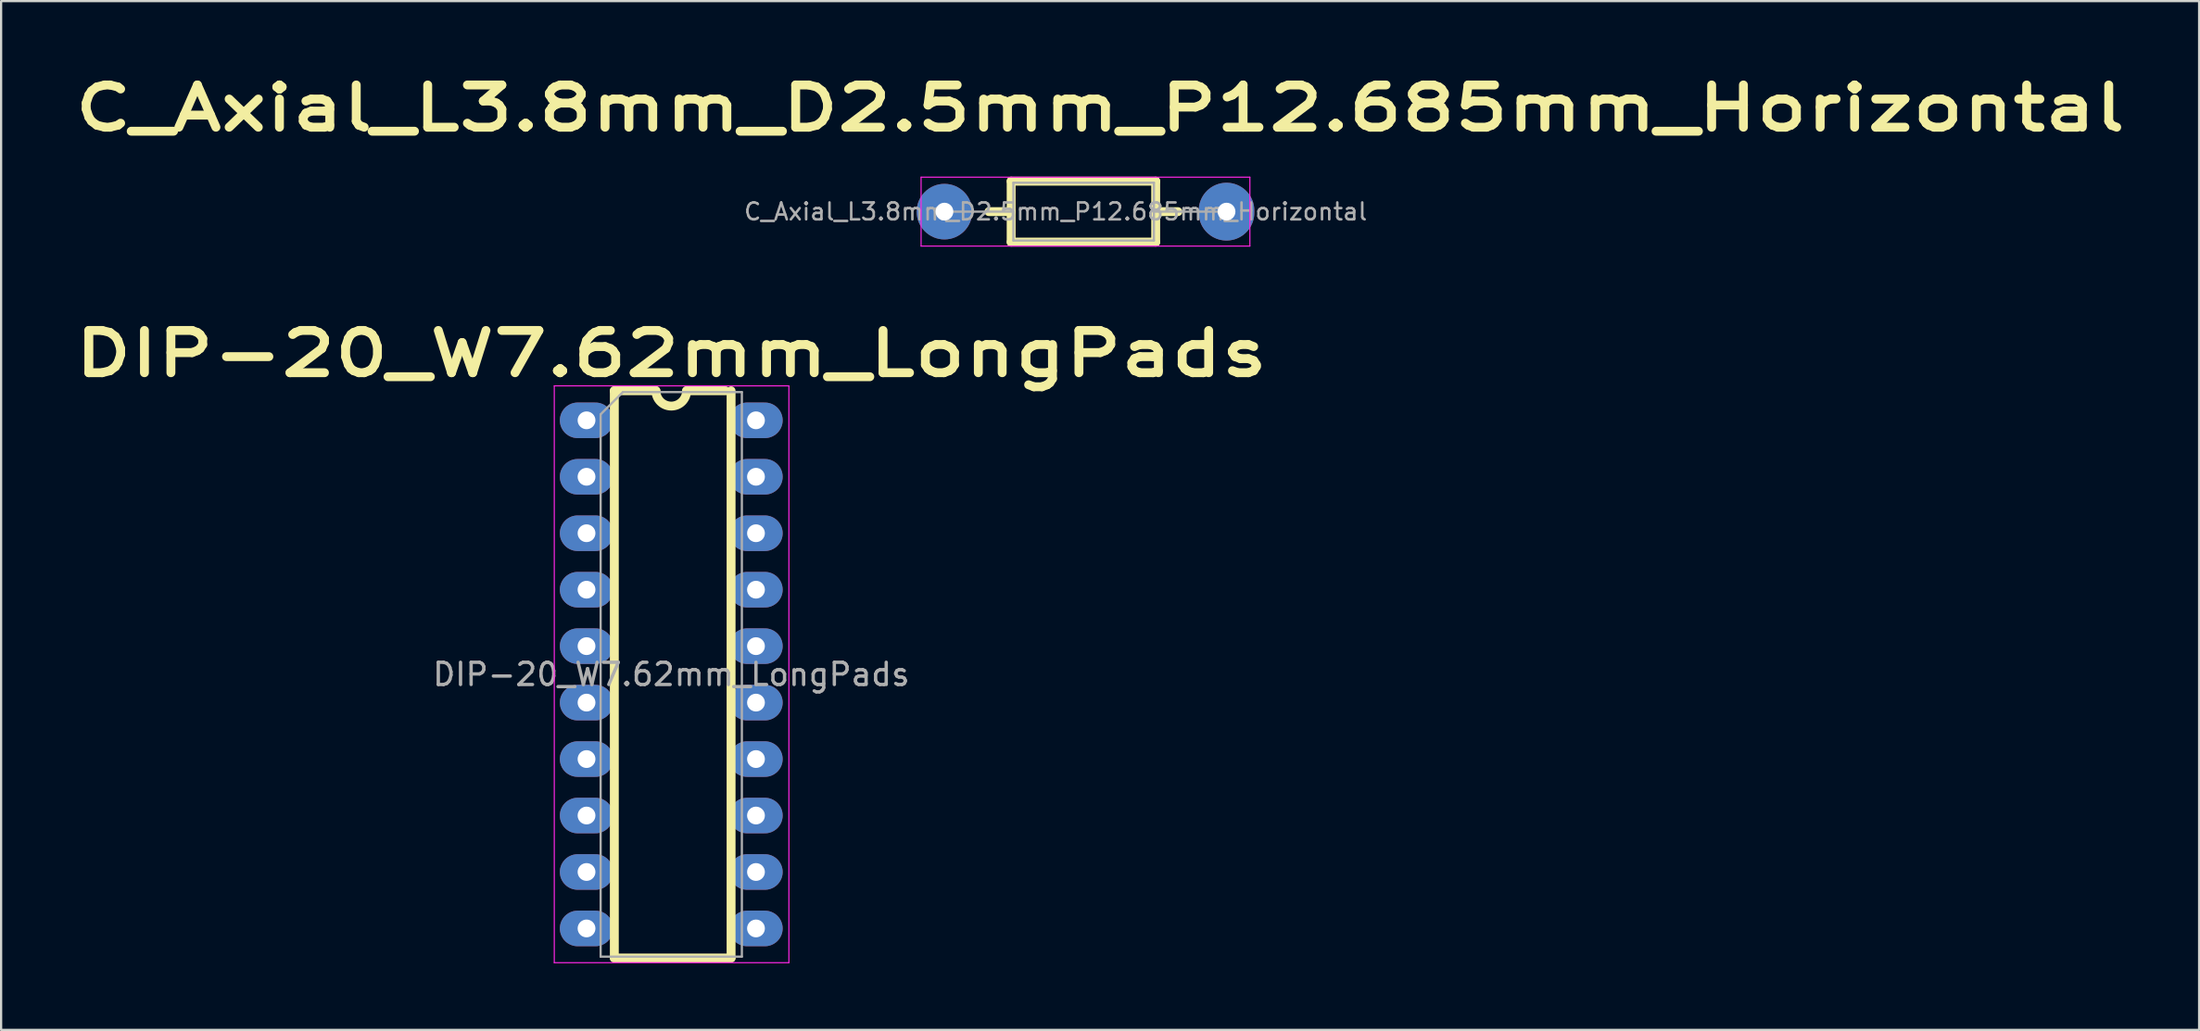
<source format=kicad_pcb>
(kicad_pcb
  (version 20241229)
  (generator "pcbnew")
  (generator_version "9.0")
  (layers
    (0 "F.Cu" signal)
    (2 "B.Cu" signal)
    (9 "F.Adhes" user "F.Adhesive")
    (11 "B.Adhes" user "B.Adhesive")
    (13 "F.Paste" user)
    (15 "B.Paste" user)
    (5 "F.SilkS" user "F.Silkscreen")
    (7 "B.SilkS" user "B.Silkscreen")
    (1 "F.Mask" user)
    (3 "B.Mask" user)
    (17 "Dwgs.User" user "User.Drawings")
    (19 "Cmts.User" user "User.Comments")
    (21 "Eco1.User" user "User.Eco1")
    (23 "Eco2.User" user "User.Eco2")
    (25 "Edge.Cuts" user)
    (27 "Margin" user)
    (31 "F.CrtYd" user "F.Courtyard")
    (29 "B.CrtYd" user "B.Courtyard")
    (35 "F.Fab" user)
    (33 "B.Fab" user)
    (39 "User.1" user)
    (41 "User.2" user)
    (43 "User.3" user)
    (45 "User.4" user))
  (footprint "C_Axial_L3.8mm_D2.5mm_P12.685mm_Horizontal"
    (layer "F.Cu")
    (at 39.421 6.471)
    (property "Reference" "C_Axial_L3.8mm_D2.5mm_P12.685mm_Horizontal" (at 7.001 -4.657 0) (layer "F.SilkS") (effects (font (size 1.9 2.5) (thickness 0.4) (bold yes))))
    (attr through_hole)
    (fp_line (start 2 0) (end 3 0) (stroke (width 0.4) (type solid)) (layer "F.SilkS"))
    (fp_line (start 3 -1.37) (end 3 1.37) (stroke (width 0.4) (type solid)) (layer "F.SilkS"))
    (fp_line (start 3 1.37) (end 9.5 1.37) (stroke (width 0.4) (type solid)) (layer "F.SilkS"))
    (fp_line (start 9.5 -1.37) (end 3 -1.37) (stroke (width 0.4) (type solid)) (layer "F.SilkS"))
    (fp_line (start 9.5 0) (end 10.5 0) (stroke (width 0.4) (type solid)) (layer "F.SilkS"))
    (fp_line (start 9.5 1.37) (end 9.5 -1.37) (stroke (width 0.4) (type solid)) (layer "F.SilkS"))
    (fp_line (start -1.05 -1.55) (end -1.05 1.55) (stroke (width 0.05) (type solid)) (layer "F.CrtYd"))
    (fp_line (start -1.05 1.55) (end 13.735 1.55) (stroke (width 0.05) (type solid)) (layer "F.CrtYd"))
    (fp_line (start 13.735 -1.55) (end -1.05 -1.55) (stroke (width 0.05) (type solid)) (layer "F.CrtYd"))
    (fp_line (start 13.735 1.55) (end 13.735 -1.55) (stroke (width 0.05) (type solid)) (layer "F.CrtYd"))
    (fp_line (start 0 0) (end 3.1 0) (stroke (width 0.1) (type solid)) (layer "F.Fab"))
    (fp_line (start 3.1 -1.3) (end 3.1 1.3) (stroke (width 0.1) (type solid)) (layer "F.Fab"))
    (fp_line (start 3.1 1.3) (end 9.421 1.3) (stroke (width 0.1) (type solid)) (layer "F.Fab"))
    (fp_line (start 9.421 -1.3) (end 3.1 -1.3) (stroke (width 0.1) (type solid)) (layer "F.Fab"))
    (fp_line (start 9.421 1.3) (end 9.421 -1.3) (stroke (width 0.1) (type solid)) (layer "F.Fab"))
    (fp_line (start 12.521 0) (end 9.421 0) (stroke (width 0.1) (type solid)) (layer "F.Fab"))
    (fp_text user "${REFERENCE}" (at 5 0 0) (layer "F.Fab") (effects (font (size 0.76 0.76) (thickness 0.114))))
    (pad "1" thru_hole circle (at 0 0) (size 2.5 2.5) (drill 0.8) (layers "*.Cu" "*.Mask"))
    (pad "2" thru_hole oval (at 12.685 0) (size 2.5 2.6) (drill 0.8) (layers "*.Cu" "*.Mask")))
  (footprint "DIP-20_W7.62mm_LongPads"
    (layer "F.Cu")
    (at 23.326 15.859)
    (property "Reference" "DIP-20_W7.62mm_LongPads" (at 3.81 -3 0) (layer "F.SilkS") (effects (font (size 1.9 2.5) (thickness 0.4) (bold yes))))
    (attr through_hole)
    (fp_line (start 1.25 -1.33) (end 1.25 24.19) (stroke (width 0.4) (type solid)) (layer "F.SilkS"))
    (fp_line (start 1.25 24.19) (end 6.5 24.19) (stroke (width 0.4) (type solid)) (layer "F.SilkS"))
    (fp_line (start 3.12 -1.33) (end 1.25 -1.33) (stroke (width 0.4) (type solid)) (layer "F.SilkS"))
    (fp_line (start 6.25 -1.33) (end 4.5 -1.33) (stroke (width 0.4) (type solid)) (layer "F.SilkS"))
    (fp_line (start 6.5 24.19) (end 6.5 -1.33) (stroke (width 0.4) (type solid)) (layer "F.SilkS"))
    (fp_arc (start 4.5 -1.33) (mid 3.81 -0.64) (end 3.12 -1.33) (stroke (width 0.4) (type solid)) (layer "F.SilkS"))
    (fp_line (start -1.45 -1.55) (end -1.45 24.4) (stroke (width 0.05) (type solid)) (layer "F.CrtYd"))
    (fp_line (start -1.45 24.4) (end 9.1 24.4) (stroke (width 0.05) (type solid)) (layer "F.CrtYd"))
    (fp_line (start 9.1 -1.55) (end -1.45 -1.55) (stroke (width 0.05) (type solid)) (layer "F.CrtYd"))
    (fp_line (start 9.1 24.4) (end 9.1 -1.55) (stroke (width 0.05) (type solid)) (layer "F.CrtYd"))
    (fp_line (start 0.635 -0.27) (end 1.635 -1.27) (stroke (width 0.1) (type solid)) (layer "F.Fab"))
    (fp_line (start 0.635 24.13) (end 0.635 -0.27) (stroke (width 0.1) (type solid)) (layer "F.Fab"))
    (fp_line (start 1.635 -1.27) (end 6.985 -1.27) (stroke (width 0.1) (type solid)) (layer "F.Fab"))
    (fp_line (start 6.985 -1.27) (end 6.985 24.13) (stroke (width 0.1) (type solid)) (layer "F.Fab"))
    (fp_line (start 6.985 24.13) (end 0.635 24.13) (stroke (width 0.1) (type solid)) (layer "F.Fab"))
    (fp_text user "${REFERENCE}" (at 3.81 11.43 0) (layer "F.Fab") (effects (font (size 1 1) (thickness 0.15))))
    (pad "1" thru_hole oval (at 0 0) (size 2.4 1.6) (drill 0.8) (layers "*.Cu" "*.Mask"))
    (pad "2" thru_hole oval (at 0 2.54) (size 2.4 1.6) (drill 0.8) (layers "*.Cu" "*.Mask"))
    (pad "3" thru_hole oval (at 0 5.08) (size 2.4 1.6) (drill 0.8) (layers "*.Cu" "*.Mask"))
    (pad "4" thru_hole oval (at 0 7.62) (size 2.4 1.6) (drill 0.8) (layers "*.Cu" "*.Mask"))
    (pad "5" thru_hole oval (at 0 10.16) (size 2.4 1.6) (drill 0.8) (layers "*.Cu" "*.Mask"))
    (pad "6" thru_hole oval (at 0 12.7) (size 2.4 1.6) (drill 0.8) (layers "*.Cu" "*.Mask"))
    (pad "7" thru_hole oval (at 0 15.24) (size 2.4 1.6) (drill 0.8) (layers "*.Cu" "*.Mask"))
    (pad "8" thru_hole oval (at 0 17.78) (size 2.4 1.6) (drill 0.8) (layers "*.Cu" "*.Mask"))
    (pad "9" thru_hole oval (at 0 20.32) (size 2.4 1.6) (drill 0.8) (layers "*.Cu" "*.Mask"))
    (pad "10" thru_hole oval (at 0 22.86) (size 2.4 1.6) (drill 0.8) (layers "*.Cu" "*.Mask"))
    (pad "11" thru_hole oval (at 7.62 22.86) (size 2.4 1.6) (drill 0.8) (layers "*.Cu" "*.Mask"))
    (pad "12" thru_hole oval (at 7.62 20.32) (size 2.4 1.6) (drill 0.8) (layers "*.Cu" "*.Mask"))
    (pad "13" thru_hole oval (at 7.62 17.78) (size 2.4 1.6) (drill 0.8) (layers "*.Cu" "*.Mask"))
    (pad "14" thru_hole oval (at 7.62 15.24) (size 2.4 1.6) (drill 0.8) (layers "*.Cu" "*.Mask"))
    (pad "15" thru_hole oval (at 7.62 12.7) (size 2.4 1.6) (drill 0.8) (layers "*.Cu" "*.Mask"))
    (pad "16" thru_hole oval (at 7.62 10.16) (size 2.4 1.6) (drill 0.8) (layers "*.Cu" "*.Mask"))
    (pad "17" thru_hole oval (at 7.62 7.62) (size 2.4 1.6) (drill 0.8) (layers "*.Cu" "*.Mask"))
    (pad "18" thru_hole oval (at 7.62 5.08) (size 2.4 1.6) (drill 0.8) (layers "*.Cu" "*.Mask"))
    (pad "19" thru_hole oval (at 7.62 2.54) (size 2.4 1.6) (drill 0.8) (layers "*.Cu" "*.Mask"))
    (pad "20" thru_hole oval (at 7.62 0) (size 2.4 1.6) (drill 0.8) (layers "*.Cu" "*.Mask")))
  (gr_rect
    (start -3 -3)
    (end 95.843 43.284)
    (stroke (width 0.1) (type default))
    (fill no)
    (layer "Edge.Cuts")))
</source>
